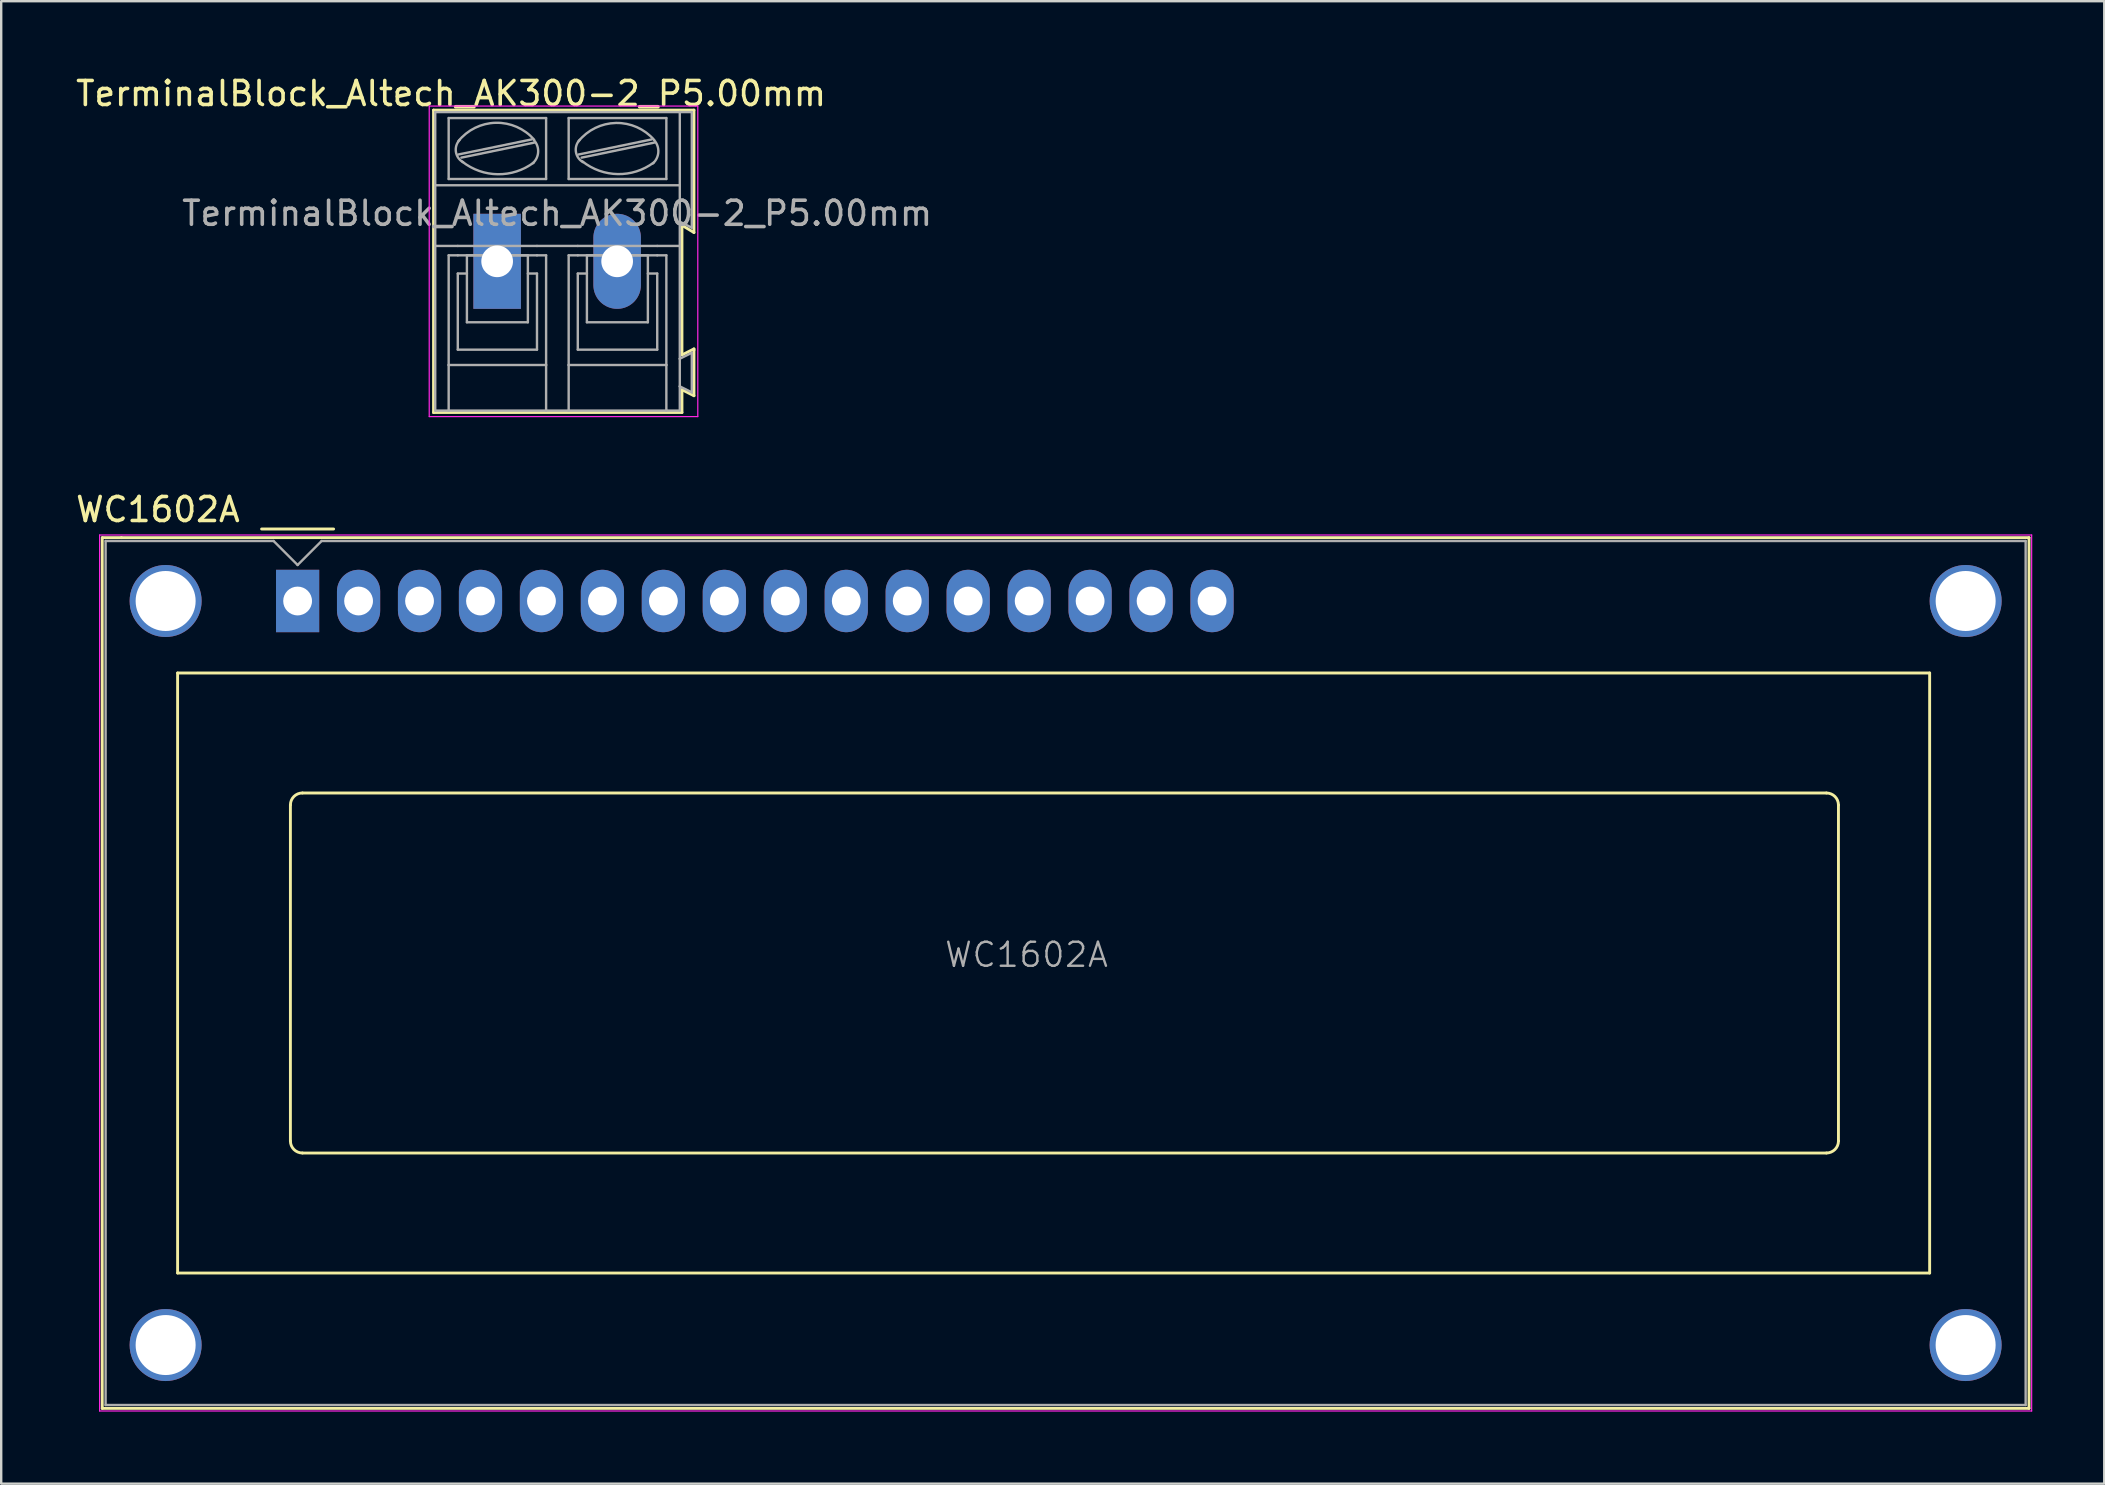
<source format=kicad_pcb>
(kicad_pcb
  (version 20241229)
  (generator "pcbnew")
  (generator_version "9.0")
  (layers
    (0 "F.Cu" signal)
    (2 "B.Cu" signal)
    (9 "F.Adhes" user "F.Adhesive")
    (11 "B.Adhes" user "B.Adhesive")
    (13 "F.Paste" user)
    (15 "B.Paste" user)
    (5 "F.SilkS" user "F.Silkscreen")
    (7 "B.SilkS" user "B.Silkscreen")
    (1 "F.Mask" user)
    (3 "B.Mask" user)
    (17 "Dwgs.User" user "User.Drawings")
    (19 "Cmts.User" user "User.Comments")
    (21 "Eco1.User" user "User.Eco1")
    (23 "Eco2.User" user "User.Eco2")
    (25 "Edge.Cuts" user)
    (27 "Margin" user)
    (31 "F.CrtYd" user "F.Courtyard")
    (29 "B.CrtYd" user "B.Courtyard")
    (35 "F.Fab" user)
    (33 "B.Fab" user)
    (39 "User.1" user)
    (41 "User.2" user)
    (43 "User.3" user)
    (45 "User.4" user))
  (footprint "TerminalBlock_Altech_AK300-2_P5.00mm"
    (layer "F.Cu")
    (at 17.664 7.838)
    (property "Reference" "TerminalBlock_Altech_AK300-2_P5.00mm" (at -1.92 -6.99 0) (layer "F.SilkS") (effects (font (size 1 1) (thickness 0.15))))
    (attr through_hole)
    (fp_line (start -2.65 -6.3) (end -2.65 6.3) (stroke (width 0.12) (type solid)) (layer "F.SilkS"))
    (fp_line (start -2.65 6.3) (end 7.7 6.3) (stroke (width 0.12) (type solid)) (layer "F.SilkS"))
    (fp_line (start 7.7 -1.5) (end 8.2 -1.2) (stroke (width 0.12) (type solid)) (layer "F.SilkS"))
    (fp_line (start 7.7 3.9) (end 7.7 -1.5) (stroke (width 0.12) (type solid)) (layer "F.SilkS"))
    (fp_line (start 7.7 5.35) (end 8.2 5.6) (stroke (width 0.12) (type solid)) (layer "F.SilkS"))
    (fp_line (start 7.7 6.3) (end 7.7 5.35) (stroke (width 0.12) (type solid)) (layer "F.SilkS"))
    (fp_line (start 8.2 -6.3) (end -2.65 -6.3) (stroke (width 0.12) (type solid)) (layer "F.SilkS"))
    (fp_line (start 8.2 -1.2) (end 8.2 -6.3) (stroke (width 0.12) (type solid)) (layer "F.SilkS"))
    (fp_line (start 8.2 3.65) (end 7.7 3.9) (stroke (width 0.12) (type solid)) (layer "F.SilkS"))
    (fp_line (start 8.2 3.7) (end 8.2 3.65) (stroke (width 0.12) (type solid)) (layer "F.SilkS"))
    (fp_line (start 8.2 5.6) (end 8.2 3.7) (stroke (width 0.12) (type solid)) (layer "F.SilkS"))
    (fp_line (start -2.83 -6.47) (end -2.83 6.47) (stroke (width 0.05) (type solid)) (layer "F.CrtYd"))
    (fp_line (start -2.83 -6.47) (end 8.36 -6.47) (stroke (width 0.05) (type solid)) (layer "F.CrtYd"))
    (fp_line (start 8.36 6.47) (end -2.83 6.47) (stroke (width 0.05) (type solid)) (layer "F.CrtYd"))
    (fp_line (start 8.36 6.47) (end 8.36 -6.47) (stroke (width 0.05) (type solid)) (layer "F.CrtYd"))
    (fp_line (start -2.58 -3.17) (end -2.58 -6.22) (stroke (width 0.1) (type solid)) (layer "F.Fab"))
    (fp_line (start -2.58 -3.17) (end 7.61 -3.17) (stroke (width 0.1) (type solid)) (layer "F.Fab"))
    (fp_line (start -2.58 -0.64) (end -2.58 -3.17) (stroke (width 0.1) (type solid)) (layer "F.Fab"))
    (fp_line (start -2.58 -0.64) (end -1.64 -0.64) (stroke (width 0.1) (type solid)) (layer "F.Fab"))
    (fp_line (start -2.58 6.22) (end -2.58 -0.64) (stroke (width 0.1) (type solid)) (layer "F.Fab"))
    (fp_line (start -2.58 6.22) (end -2.02 6.22) (stroke (width 0.1) (type solid)) (layer "F.Fab"))
    (fp_line (start -2.02 -3.43) (end -2.02 -5.97) (stroke (width 0.1) (type solid)) (layer "F.Fab"))
    (fp_line (start -2.02 -0.25) (end -2.02 4.32) (stroke (width 0.1) (type solid)) (layer "F.Fab"))
    (fp_line (start -2.02 -0.25) (end -1.64 -0.25) (stroke (width 0.1) (type solid)) (layer "F.Fab"))
    (fp_line (start -2.02 4.32) (end -2.02 6.22) (stroke (width 0.1) (type solid)) (layer "F.Fab"))
    (fp_line (start -2.02 6.22) (end 2.04 6.22) (stroke (width 0.1) (type solid)) (layer "F.Fab"))
    (fp_line (start -1.64 -0.64) (end 1.66 -0.64) (stroke (width 0.1) (type solid)) (layer "F.Fab"))
    (fp_line (start -1.64 0.51) (end -1.26 0.51) (stroke (width 0.1) (type solid)) (layer "F.Fab"))
    (fp_line (start -1.64 3.68) (end -1.64 0.51) (stroke (width 0.1) (type solid)) (layer "F.Fab"))
    (fp_line (start -1.62 -4.45) (end 1.44 -5.08) (stroke (width 0.1) (type solid)) (layer "F.Fab"))
    (fp_line (start -1.49 -4.32) (end 1.56 -4.95) (stroke (width 0.1) (type solid)) (layer "F.Fab"))
    (fp_line (start -1.26 -0.25) (end 1.28 -0.25) (stroke (width 0.1) (type solid)) (layer "F.Fab"))
    (fp_line (start -1.26 2.54) (end -1.26 -0.25) (stroke (width 0.1) (type solid)) (layer "F.Fab"))
    (fp_line (start -1.26 2.54) (end 1.28 2.54) (stroke (width 0.1) (type solid)) (layer "F.Fab"))
    (fp_line (start 1.28 2.54) (end 1.28 -0.25) (stroke (width 0.1) (type solid)) (layer "F.Fab"))
    (fp_line (start 1.66 -0.64) (end 3.36 -0.64) (stroke (width 0.1) (type solid)) (layer "F.Fab"))
    (fp_line (start 1.66 -0.25) (end -1.64 -0.25) (stroke (width 0.1) (type solid)) (layer "F.Fab"))
    (fp_line (start 1.66 0.51) (end 1.28 0.51) (stroke (width 0.1) (type solid)) (layer "F.Fab"))
    (fp_line (start 1.66 3.68) (end -1.64 3.68) (stroke (width 0.1) (type solid)) (layer "F.Fab"))
    (fp_line (start 1.66 3.68) (end 1.66 0.51) (stroke (width 0.1) (type solid)) (layer "F.Fab"))
    (fp_line (start 2.04 -5.97) (end -2.02 -5.97) (stroke (width 0.1) (type solid)) (layer "F.Fab"))
    (fp_line (start 2.04 -3.43) (end -2.02 -3.43) (stroke (width 0.1) (type solid)) (layer "F.Fab"))
    (fp_line (start 2.04 -3.43) (end 2.04 -5.97) (stroke (width 0.1) (type solid)) (layer "F.Fab"))
    (fp_line (start 2.04 -0.25) (end 1.66 -0.25) (stroke (width 0.1) (type solid)) (layer "F.Fab"))
    (fp_line (start 2.04 4.32) (end -2.02 4.32) (stroke (width 0.1) (type solid)) (layer "F.Fab"))
    (fp_line (start 2.04 4.32) (end 2.04 -0.25) (stroke (width 0.1) (type solid)) (layer "F.Fab"))
    (fp_line (start 2.04 6.22) (end 2.04 4.32) (stroke (width 0.1) (type solid)) (layer "F.Fab"))
    (fp_line (start 2.04 6.22) (end 2.98 6.22) (stroke (width 0.1) (type solid)) (layer "F.Fab"))
    (fp_line (start 2.98 -5.97) (end 7.05 -5.97) (stroke (width 0.1) (type solid)) (layer "F.Fab"))
    (fp_line (start 2.98 -3.43) (end 2.98 -5.97) (stroke (width 0.1) (type solid)) (layer "F.Fab"))
    (fp_line (start 2.98 -0.25) (end 3.36 -0.25) (stroke (width 0.1) (type solid)) (layer "F.Fab"))
    (fp_line (start 2.98 4.32) (end 2.98 -0.25) (stroke (width 0.1) (type solid)) (layer "F.Fab"))
    (fp_line (start 2.98 4.32) (end 7.05 4.32) (stroke (width 0.1) (type solid)) (layer "F.Fab"))
    (fp_line (start 2.98 6.22) (end 2.98 4.32) (stroke (width 0.1) (type solid)) (layer "F.Fab"))
    (fp_line (start 2.98 6.22) (end 7.05 6.22) (stroke (width 0.1) (type solid)) (layer "F.Fab"))
    (fp_line (start 3.36 -0.25) (end 6.67 -0.25) (stroke (width 0.1) (type solid)) (layer "F.Fab"))
    (fp_line (start 3.36 0.51) (end 3.74 0.51) (stroke (width 0.1) (type solid)) (layer "F.Fab"))
    (fp_line (start 3.36 3.68) (end 3.36 0.51) (stroke (width 0.1) (type solid)) (layer "F.Fab"))
    (fp_line (start 3.39 -4.45) (end 6.44 -5.08) (stroke (width 0.1) (type solid)) (layer "F.Fab"))
    (fp_line (start 3.52 -4.32) (end 6.56 -4.95) (stroke (width 0.1) (type solid)) (layer "F.Fab"))
    (fp_line (start 3.74 -0.25) (end 6.28 -0.25) (stroke (width 0.1) (type solid)) (layer "F.Fab"))
    (fp_line (start 3.74 2.54) (end 3.74 -0.25) (stroke (width 0.1) (type solid)) (layer "F.Fab"))
    (fp_line (start 3.74 2.54) (end 6.28 2.54) (stroke (width 0.1) (type solid)) (layer "F.Fab"))
    (fp_line (start 6.28 2.54) (end 6.28 -0.25) (stroke (width 0.1) (type solid)) (layer "F.Fab"))
    (fp_line (start 6.67 -0.64) (end 3.36 -0.64) (stroke (width 0.1) (type solid)) (layer "F.Fab"))
    (fp_line (start 6.67 0.51) (end 6.28 0.51) (stroke (width 0.1) (type solid)) (layer "F.Fab"))
    (fp_line (start 6.67 3.68) (end 3.36 3.68) (stroke (width 0.1) (type solid)) (layer "F.Fab"))
    (fp_line (start 6.67 3.68) (end 6.67 0.51) (stroke (width 0.1) (type solid)) (layer "F.Fab"))
    (fp_line (start 7.05 -5.97) (end 7.05 -3.43) (stroke (width 0.1) (type solid)) (layer "F.Fab"))
    (fp_line (start 7.05 -3.43) (end 2.98 -3.43) (stroke (width 0.1) (type solid)) (layer "F.Fab"))
    (fp_line (start 7.05 -0.25) (end 6.67 -0.25) (stroke (width 0.1) (type solid)) (layer "F.Fab"))
    (fp_line (start 7.05 -0.25) (end 7.05 4.32) (stroke (width 0.1) (type solid)) (layer "F.Fab"))
    (fp_line (start 7.05 4.32) (end 7.05 6.22) (stroke (width 0.1) (type solid)) (layer "F.Fab"))
    (fp_line (start 7.05 6.22) (end 7.61 6.22) (stroke (width 0.1) (type solid)) (layer "F.Fab"))
    (fp_line (start 7.61 -6.22) (end -2.58 -6.22) (stroke (width 0.1) (type solid)) (layer "F.Fab"))
    (fp_line (start 7.61 -6.22) (end 7.61 -3.17) (stroke (width 0.1) (type solid)) (layer "F.Fab"))
    (fp_line (start 7.61 -6.22) (end 8.11 -6.22) (stroke (width 0.1) (type solid)) (layer "F.Fab"))
    (fp_line (start 7.61 -3.17) (end 7.61 -1.65) (stroke (width 0.1) (type solid)) (layer "F.Fab"))
    (fp_line (start 7.61 -1.65) (end 7.61 -0.64) (stroke (width 0.1) (type solid)) (layer "F.Fab"))
    (fp_line (start 7.61 -0.64) (end 6.67 -0.64) (stroke (width 0.1) (type solid)) (layer "F.Fab"))
    (fp_line (start 7.61 -0.64) (end 7.61 4.06) (stroke (width 0.1) (type solid)) (layer "F.Fab"))
    (fp_line (start 7.61 4.06) (end 7.61 5.21) (stroke (width 0.1) (type solid)) (layer "F.Fab"))
    (fp_line (start 7.61 5.21) (end 7.61 6.22) (stroke (width 0.1) (type solid)) (layer "F.Fab"))
    (fp_line (start 8.11 -6.22) (end 8.11 -1.4) (stroke (width 0.1) (type solid)) (layer "F.Fab"))
    (fp_line (start 8.11 -1.4) (end 7.61 -1.65) (stroke (width 0.1) (type solid)) (layer "F.Fab"))
    (fp_line (start 8.11 3.81) (end 7.61 4.06) (stroke (width 0.1) (type solid)) (layer "F.Fab"))
    (fp_line (start 8.11 3.81) (end 8.11 5.46) (stroke (width 0.1) (type solid)) (layer "F.Fab"))
    (fp_line (start 8.11 5.46) (end 7.61 5.21) (stroke (width 0.1) (type solid)) (layer "F.Fab"))
    (fp_arc (start -1.62 -5) (mid -0.05669 -5.772528) (end 1.539976 -5.071534) (stroke (width 0.1) (type solid)) (layer "F.Fab"))
    (fp_arc (start -1.42 -4.13) (mid -1.718466 -4.559406) (end -1.562972 -5.058699) (stroke (width 0.1) (type solid)) (layer "F.Fab"))
    (fp_arc (start 1.53 -5.05) (mid 1.708693 -4.558754) (end 1.485619 -4.086005) (stroke (width 0.1) (type solid)) (layer "F.Fab"))
    (fp_arc (start 1.53 -4.12) (mid 0.02849 -3.628196) (end -1.459829 -4.158582) (stroke (width 0.1) (type solid)) (layer "F.Fab"))
    (fp_arc (start 3.39 -5) (mid 4.949737 -5.764867) (end 6.538239 -5.061686) (stroke (width 0.1) (type solid)) (layer "F.Fab"))
    (fp_arc (start 3.58 -4.13) (mid 3.281534 -4.559406) (end 3.437028 -5.058699) (stroke (width 0.1) (type solid)) (layer "F.Fab"))
    (fp_arc (start 6.53 -4.12) (mid 5.030583 -3.634318) (end 3.547667 -4.168263) (stroke (width 0.1) (type solid)) (layer "F.Fab"))
    (fp_arc (start 6.54 -5.05) (mid 6.715733 -4.551652) (end 6.485532 -4.076005) (stroke (width 0.1) (type solid)) (layer "F.Fab"))
    (fp_text user "${REFERENCE}" (at 2.5 -2 0) (layer "F.Fab") (effects (font (size 1 1) (thickness 0.15))))
    (pad "1" thru_hole rect (at 0 0) (size 1.98 3.96) (drill 1.32) (layers "*.Cu" "*.Mask"))
    (pad "2" thru_hole oval (at 5 0) (size 1.98 3.96) (drill 1.32) (layers "*.Cu" "*.Mask")))
  (footprint "WC1602A"
    (layer "F.Cu")
    (at 9.35 21.991)
    (property "Reference" "WC1602A" (at -5.82 -3.81 0) (layer "F.SilkS") (effects (font (size 1 1) (thickness 0.15))))
    (attr through_hole)
    (fp_line (start -8.14 -2.64) (end -8.14 33.64) (stroke (width 0.12) (type solid)) (layer "F.SilkS"))
    (fp_line (start -8.14 33.64) (end 72.14 33.64) (stroke (width 0.12) (type solid)) (layer "F.SilkS"))
    (fp_line (start -8.13 -2.64) (end -7.34 -2.64) (stroke (width 0.12) (type solid)) (layer "F.SilkS"))
    (fp_line (start -5 3) (end 68 3) (stroke (width 0.12) (type solid)) (layer "F.SilkS"))
    (fp_line (start -5 28) (end -5 3) (stroke (width 0.12) (type solid)) (layer "F.SilkS"))
    (fp_line (start -1.5 -3) (end 1.5 -3) (stroke (width 0.12) (type solid)) (layer "F.SilkS"))
    (fp_line (start -0.3 22.499) (end -0.3 8.5) (stroke (width 0.12) (type solid)) (layer "F.SilkS"))
    (fp_line (start 0.2 8) (end 63.7 8) (stroke (width 0.12) (type solid)) (layer "F.SilkS"))
    (fp_line (start 63.701 23) (end 0.2 23) (stroke (width 0.12) (type solid)) (layer "F.SilkS"))
    (fp_line (start 64.2 8.5) (end 64.2 22.5) (stroke (width 0.12) (type solid)) (layer "F.SilkS"))
    (fp_line (start 68 3) (end 68 28) (stroke (width 0.12) (type solid)) (layer "F.SilkS"))
    (fp_line (start 68 28) (end -5 28) (stroke (width 0.12) (type solid)) (layer "F.SilkS"))
    (fp_line (start 72.14 -2.64) (end -7.34 -2.64) (stroke (width 0.12) (type solid)) (layer "F.SilkS"))
    (fp_line (start 72.14 33.64) (end 72.14 -2.64) (stroke (width 0.12) (type solid)) (layer "F.SilkS"))
    (fp_arc (start -0.29972 8.49884) (mid -0.153162 8.145018) (end 0.20066 7.99846) (stroke (width 0.12) (type solid)) (layer "F.SilkS"))
    (fp_arc (start 0.20066 22.9997) (mid -0.153162 22.853142) (end -0.29972 22.49932) (stroke (width 0.12) (type solid)) (layer "F.SilkS"))
    (fp_arc (start 63.7 8) (mid 64.053553 8.146447) (end 64.2 8.5) (stroke (width 0.12) (type solid)) (layer "F.SilkS"))
    (fp_arc (start 64.20104 22.49932) (mid 64.054482 22.853142) (end 63.70066 22.9997) (stroke (width 0.12) (type solid)) (layer "F.SilkS"))
    (fp_line (start -8.25 -2.75) (end -8.25 33.75) (stroke (width 0.05) (type solid)) (layer "F.CrtYd"))
    (fp_line (start -8.25 -2.75) (end 72.25 -2.75) (stroke (width 0.05) (type solid)) (layer "F.CrtYd"))
    (fp_line (start -8.25 33.75) (end 72.25 33.75) (stroke (width 0.05) (type solid)) (layer "F.CrtYd"))
    (fp_line (start 72.25 -2.75) (end 72.25 33.75) (stroke (width 0.05) (type solid)) (layer "F.CrtYd"))
    (fp_line (start -8 33.5) (end -8 -2.5) (stroke (width 0.1) (type solid)) (layer "F.Fab"))
    (fp_line (start -1 -2.5) (end -8 -2.5) (stroke (width 0.1) (type solid)) (layer "F.Fab"))
    (fp_line (start 0 -1.5) (end -1 -2.5) (stroke (width 0.1) (type solid)) (layer "F.Fab"))
    (fp_line (start 1 -2.5) (end 0 -1.5) (stroke (width 0.1) (type solid)) (layer "F.Fab"))
    (fp_line (start 1 -2.5) (end 72 -2.5) (stroke (width 0.1) (type solid)) (layer "F.Fab"))
    (fp_line (start 72 -2.5) (end 72 33.5) (stroke (width 0.1) (type solid)) (layer "F.Fab"))
    (fp_line (start 72 33.5) (end -8 33.5) (stroke (width 0.1) (type solid)) (layer "F.Fab"))
    (fp_text user "${REFERENCE}" (at 30.37 14.74 0) (layer "F.Fab") (effects (font (size 1 1) (thickness 0.1))))
    (pad "" thru_hole circle (at -5.499 0) (size 3 3) (drill 2.5) (layers "*.Cu" "*.Mask"))
    (pad "" thru_hole circle (at -5.499 31.001) (size 3 3) (drill 2.5) (layers "*.Cu" "*.Mask"))
    (pad "" thru_hole circle (at 69.499 31.001) (size 3 3) (drill 2.5) (layers "*.Cu" "*.Mask"))
    (pad "" thru_hole circle (at 69.5 0) (size 3 3) (drill 2.5) (layers "*.Cu" "*.Mask"))
    (pad "1" thru_hole rect (at 0 0) (size 1.8 2.6) (drill 1.2) (layers "*.Cu" "*.Mask"))
    (pad "2" thru_hole oval (at 2.54 0) (size 1.8 2.6) (drill 1.2) (layers "*.Cu" "*.Mask"))
    (pad "3" thru_hole oval (at 5.08 0) (size 1.8 2.6) (drill 1.2) (layers "*.Cu" "*.Mask"))
    (pad "4" thru_hole oval (at 7.62 0) (size 1.8 2.6) (drill 1.2) (layers "*.Cu" "*.Mask"))
    (pad "5" thru_hole oval (at 10.16 0) (size 1.8 2.6) (drill 1.2) (layers "*.Cu" "*.Mask"))
    (pad "6" thru_hole oval (at 12.7 0) (size 1.8 2.6) (drill 1.2) (layers "*.Cu" "*.Mask"))
    (pad "7" thru_hole oval (at 15.24 0) (size 1.8 2.6) (drill 1.2) (layers "*.Cu" "*.Mask"))
    (pad "8" thru_hole oval (at 17.78 0) (size 1.8 2.6) (drill 1.2) (layers "*.Cu" "*.Mask"))
    (pad "9" thru_hole oval (at 20.32 0) (size 1.8 2.6) (drill 1.2) (layers "*.Cu" "*.Mask"))
    (pad "10" thru_hole oval (at 22.86 0) (size 1.8 2.6) (drill 1.2) (layers "*.Cu" "*.Mask"))
    (pad "11" thru_hole oval (at 25.4 0) (size 1.8 2.6) (drill 1.2) (layers "*.Cu" "*.Mask"))
    (pad "12" thru_hole oval (at 27.94 0) (size 1.8 2.6) (drill 1.2) (layers "*.Cu" "*.Mask"))
    (pad "13" thru_hole oval (at 30.48 0) (size 1.8 2.6) (drill 1.2) (layers "*.Cu" "*.Mask"))
    (pad "14" thru_hole oval (at 33.02 0) (size 1.8 2.6) (drill 1.2) (layers "*.Cu" "*.Mask"))
    (pad "15" thru_hole oval (at 35.56 0) (size 1.8 2.6) (drill 1.2) (layers "*.Cu" "*.Mask"))
    (pad "16" thru_hole oval (at 38.1 0) (size 1.8 2.6) (drill 1.2) (layers "*.Cu" "*.Mask")))
  (gr_rect
    (start -3 -3)
    (end 84.625 58.767)
    (stroke (width 0.1) (type default))
    (fill no)
    (layer "Edge.Cuts")))
</source>
